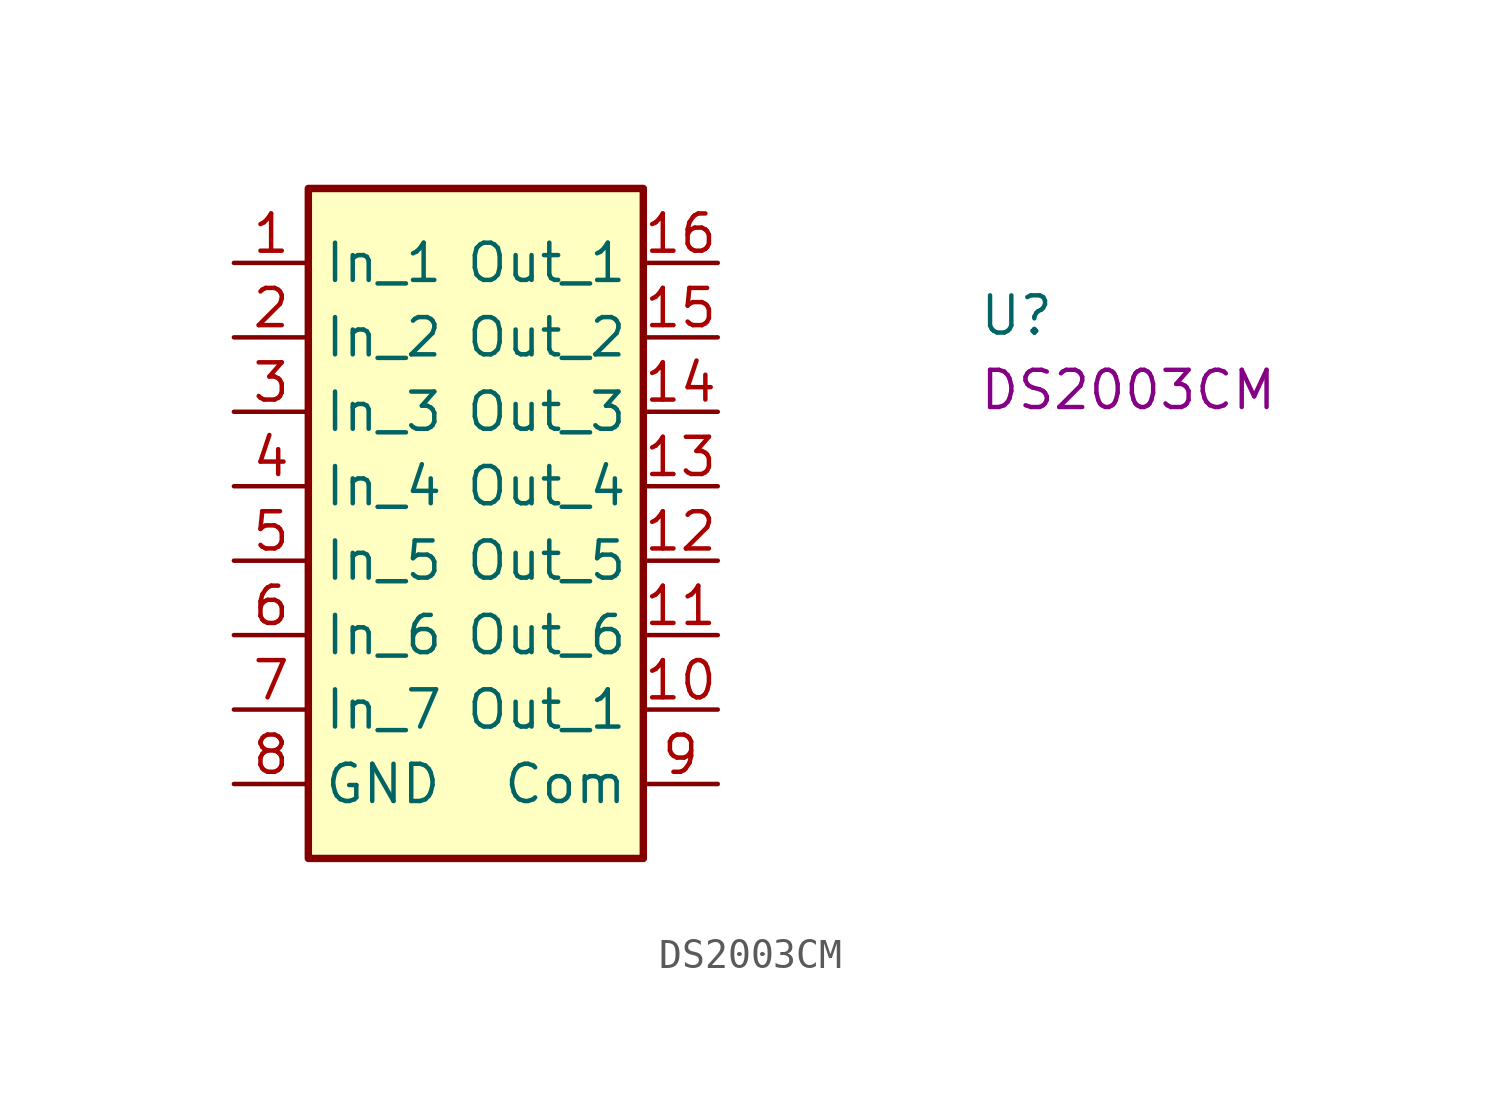
<source format=kicad_sym>
(kicad_symbol_lib
  (version 20220914)
  (generator kicad_symbol_editor)
  (symbol "DS2003CM"
    (property "Reference" "U"
      (at 25.4 -2.54 0)
      (effects (font (size 1.27 1.27) (thickness 0.15)) (justify left bottom)))
    (property "MPN" "DS2003CM"
      (at 25.4 -5.08 0)
      (effects (font (size 1.27 1.27) (thickness 0.15)) (justify left bottom)))
    (symbol "DS2003CM_1_1"
      (rectangle (start 2.54 2.54) (end 13.97 -20.32) (stroke (width 0.254) (type default)) (fill (type background)))
      (pin input line (at 0 0 0) (length 2.54) (name "In_1" (effects (font (size 1.27 1.27)))) (number "1" (effects (font (size 1.27 1.27)))))
      (pin input line (at 16.51 -15.24 180) (length 2.54) (name "Out_1" (effects (font (size 1.27 1.27)))) (number "10" (effects (font (size 1.27 1.27)))))
      (pin input line (at 16.51 -12.7 180) (length 2.54) (name "Out_6" (effects (font (size 1.27 1.27)))) (number "11" (effects (font (size 1.27 1.27)))))
      (pin input line (at 16.51 -10.16 180) (length 2.54) (name "Out_5" (effects (font (size 1.27 1.27)))) (number "12" (effects (font (size 1.27 1.27)))))
      (pin input line (at 16.51 -7.62 180) (length 2.54) (name "Out_4" (effects (font (size 1.27 1.27)))) (number "13" (effects (font (size 1.27 1.27)))))
      (pin input line (at 16.51 -5.08 180) (length 2.54) (name "Out_3" (effects (font (size 1.27 1.27)))) (number "14" (effects (font (size 1.27 1.27)))))
      (pin input line (at 16.51 -2.54 180) (length 2.54) (name "Out_2" (effects (font (size 1.27 1.27)))) (number "15" (effects (font (size 1.27 1.27)))))
      (pin input line (at 16.51 0 180) (length 2.54) (name "Out_1" (effects (font (size 1.27 1.27)))) (number "16" (effects (font (size 1.27 1.27)))))
      (pin input line (at 0 -2.54 0) (length 2.54) (name "In_2" (effects (font (size 1.27 1.27)))) (number "2" (effects (font (size 1.27 1.27)))))
      (pin input line (at 0 -5.08 0) (length 2.54) (name "In_3" (effects (font (size 1.27 1.27)))) (number "3" (effects (font (size 1.27 1.27)))))
      (pin input line (at 0 -7.62 0) (length 2.54) (name "In_4" (effects (font (size 1.27 1.27)))) (number "4" (effects (font (size 1.27 1.27)))))
      (pin input line (at 0 -10.16 0) (length 2.54) (name "In_5" (effects (font (size 1.27 1.27)))) (number "5" (effects (font (size 1.27 1.27)))))
      (pin input line (at 0 -12.7 0) (length 2.54) (name "In_6" (effects (font (size 1.27 1.27)))) (number "6" (effects (font (size 1.27 1.27)))))
      (pin input line (at 0 -15.24 0) (length 2.54) (name "In_7" (effects (font (size 1.27 1.27)))) (number "7" (effects (font (size 1.27 1.27)))))
      (pin power_in line (at 0 -17.78 0) (length 2.54) (name "GND" (effects (font (size 1.27 1.27)))) (number "8" (effects (font (size 1.27 1.27)))))
      (pin power_in line (at 16.51 -17.78 180) (length 2.54) (name "Com" (effects (font (size 1.27 1.27)))) (number "9" (effects (font (size 1.27 1.27))))))))
</source>
